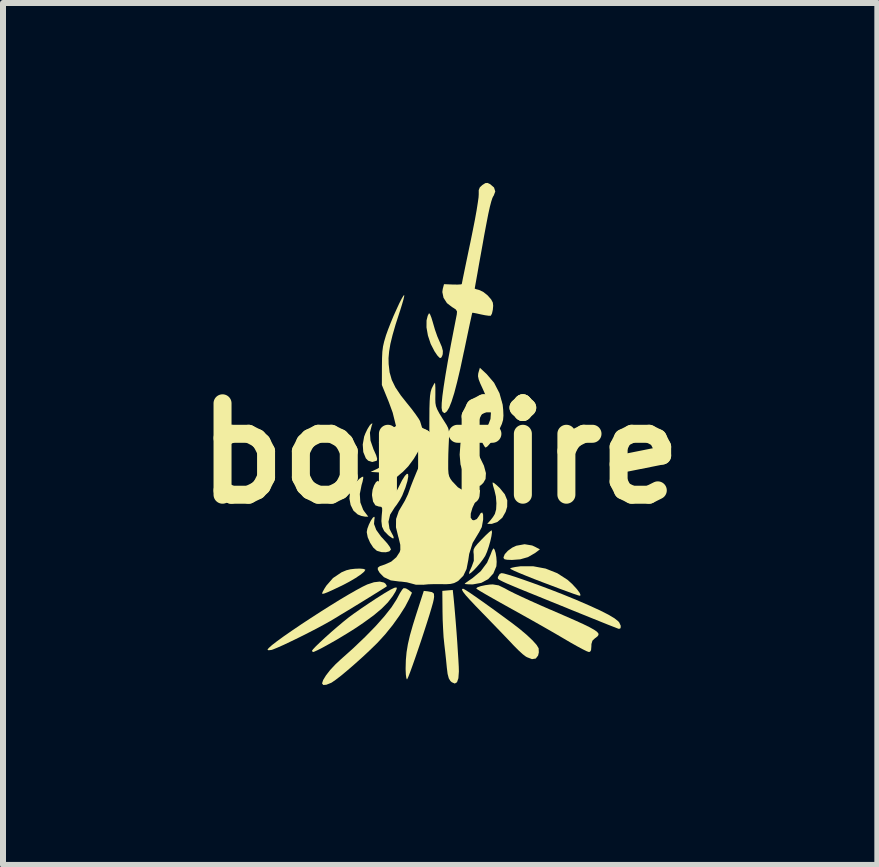
<source format=kicad_pcb>
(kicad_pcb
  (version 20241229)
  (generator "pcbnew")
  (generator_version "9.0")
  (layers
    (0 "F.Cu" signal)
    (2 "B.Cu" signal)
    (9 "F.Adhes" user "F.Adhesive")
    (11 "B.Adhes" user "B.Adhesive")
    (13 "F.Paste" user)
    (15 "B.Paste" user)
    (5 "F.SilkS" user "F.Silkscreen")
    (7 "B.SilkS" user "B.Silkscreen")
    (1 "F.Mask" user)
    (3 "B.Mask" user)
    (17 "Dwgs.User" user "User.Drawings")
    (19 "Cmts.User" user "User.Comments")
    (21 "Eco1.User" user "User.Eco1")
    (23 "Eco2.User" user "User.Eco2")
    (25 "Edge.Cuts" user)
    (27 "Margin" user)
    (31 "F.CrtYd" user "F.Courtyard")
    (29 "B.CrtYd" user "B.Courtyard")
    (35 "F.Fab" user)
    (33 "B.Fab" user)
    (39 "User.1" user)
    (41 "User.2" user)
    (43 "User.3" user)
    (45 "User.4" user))
  (footprint "bonfire"
    (layer "F.Cu")
    (at 4.289 4.509)
    (property "Reference" "bonfire" (at 0 0 0) (layer "F.SilkS") (effects (font (size 1.524 1.524) (thickness 0.3))))
    (attr board_only exclude_from_pos_files exclude_from_bom)
    (fp_poly (pts (xy 1.534 1.536) (xy 1.582 1.558) (xy 1.663 1.601) (xy 1.582 1.662) (xy 1.464 1.73) (xy 1.334 1.767) (xy 1.197 1.777) (xy 1.117 1.774) (xy 1.074 1.766) (xy 1.058 1.747) (xy 1.056 1.733) (xy 1.077 1.681) (xy 1.129 1.624) (xy 1.201 1.572) (xy 1.27 1.54) (xy 1.408 1.515)) (stroke (width 0) (type solid)) (fill yes) (layer "F.SilkS"))
    (fp_poly (pts (xy -1.283 0.418) (xy -1.295 0.476) (xy -1.31 0.526) (xy -1.34 0.677) (xy -1.331 0.818) (xy -1.284 0.94) (xy -1.263 0.971) (xy -1.198 1.056) (xy -1.253 1.055) (xy -1.315 1.043) (xy -1.374 1.019) (xy -1.446 0.955) (xy -1.493 0.861) (xy -1.513 0.753) (xy -1.502 0.643) (xy -1.479 0.581) (xy -1.444 0.528) (xy -1.396 0.472) (xy -1.346 0.423) (xy -1.304 0.393) (xy -1.283 0.389)) (stroke (width 0) (type solid)) (fill yes) (layer "F.SilkS"))
    (fp_poly (pts (xy -1.133 -0.484) (xy -1.14 -0.468) (xy -1.171 -0.346) (xy -1.162 -0.214) (xy -1.111 -0.066) (xy -1.106 -0.056) (xy -1.067 0.032) (xy -1.051 0.087) (xy -1.054 0.116) (xy -1.062 0.124) (xy -1.133 0.144) (xy -1.201 0.122) (xy -1.239 0.083) (xy -1.282 -0.022) (xy -1.291 -0.147) (xy -1.268 -0.278) (xy -1.248 -0.331) (xy -1.212 -0.406) (xy -1.176 -0.464) (xy -1.157 -0.485) (xy -1.131 -0.503)) (stroke (width 0) (type solid)) (fill yes) (layer "F.SilkS"))
    (fp_poly (pts (xy -0.168 -2.317) (xy -0.146 -2.262) (xy -0.122 -2.184) (xy -0.119 -2.173) (xy -0.087 -2.063) (xy -0.047 -1.949) (xy -0.014 -1.873) (xy 0.027 -1.777) (xy 0.045 -1.709) (xy 0.043 -1.654) (xy 0.033 -1.622) (xy 0.014 -1.591) (xy -0.01 -1.593) (xy -0.047 -1.632) (xy -0.094 -1.701) (xy -0.158 -1.825) (xy -0.204 -1.964) (xy -0.228 -2.1) (xy -0.227 -2.217) (xy -0.224 -2.229) (xy -0.208 -2.293) (xy -0.189 -2.331) (xy -0.183 -2.336)) (stroke (width 0) (type solid)) (fill yes) (layer "F.SilkS"))
    (fp_poly (pts (xy 0.897 0.494) (xy 0.942 0.53) (xy 0.994 0.579) (xy 1.078 0.683) (xy 1.119 0.784) (xy 1.117 0.892) (xy 1.092 0.975) (xy 1.036 1.073) (xy 0.955 1.143) (xy 0.863 1.175) (xy 0.842 1.176) (xy 0.784 1.176) (xy 0.833 1.122) (xy 0.881 1.061) (xy 0.912 1.01) (xy 0.933 0.935) (xy 0.938 0.831) (xy 0.929 0.718) (xy 0.904 0.611) (xy 0.9 0.6) (xy 0.881 0.536) (xy 0.874 0.493) (xy 0.876 0.485)) (stroke (width 0) (type solid)) (fill yes) (layer "F.SilkS"))
    (fp_poly (pts (xy 0.908 1.606) (xy 0.925 1.661) (xy 0.937 1.733) (xy 0.942 1.809) (xy 0.938 1.874) (xy 0.937 1.883) (xy 0.887 2.003) (xy 0.801 2.097) (xy 0.686 2.159) (xy 0.549 2.184) (xy 0.531 2.185) (xy 0.462 2.183) (xy 0.417 2.179) (xy 0.408 2.176) (xy 0.426 2.159) (xy 0.475 2.124) (xy 0.538 2.081) (xy 0.676 1.965) (xy 0.782 1.823) (xy 0.841 1.686) (xy 0.864 1.625) (xy 0.884 1.589) (xy 0.89 1.584)) (stroke (width 0) (type solid)) (fill yes) (layer "F.SilkS"))
    (fp_poly (pts (xy -1.281 1.926) (xy -1.25 1.938) (xy -1.248 1.943) (xy -1.269 1.975) (xy -1.326 2.022) (xy -1.411 2.079) (xy -1.517 2.141) (xy -1.637 2.204) (xy -1.669 2.219) (xy -1.789 2.276) (xy -1.873 2.314) (xy -1.927 2.335) (xy -1.956 2.342) (xy -1.968 2.337) (xy -1.969 2.332) (xy -1.956 2.303) (xy -1.925 2.248) (xy -1.896 2.204) (xy -1.786 2.078) (xy -1.644 1.983) (xy -1.563 1.949) (xy -1.497 1.933) (xy -1.419 1.924) (xy -1.342 1.921)) (stroke (width 0) (type solid)) (fill yes) (layer "F.SilkS"))
    (fp_poly (pts (xy 1.758 1.921) (xy 1.952 1.998) (xy 2.123 2.108) (xy 2.2 2.177) (xy 2.281 2.265) (xy 2.328 2.329) (xy 2.341 2.366) (xy 2.324 2.374) (xy 2.293 2.365) (xy 2.225 2.342) (xy 2.124 2.305) (xy 1.998 2.259) (xy 1.853 2.204) (xy 1.723 2.155) (xy 1.569 2.096) (xy 1.432 2.041) (xy 1.317 1.994) (xy 1.23 1.956) (xy 1.178 1.93) (xy 1.165 1.92) (xy 1.193 1.907) (xy 1.256 1.894) (xy 1.337 1.883) (xy 1.549 1.882)) (stroke (width 0) (type solid)) (fill yes) (layer "F.SilkS"))
    (fp_poly (pts (xy -1.091 1.074) (xy -1.096 1.093) (xy -1.103 1.177) (xy -1.066 1.276) (xy -0.986 1.387) (xy -0.946 1.43) (xy -0.882 1.501) (xy -0.838 1.562) (xy -0.821 1.601) (xy -0.821 1.605) (xy -0.849 1.635) (xy -0.906 1.649) (xy -0.977 1.647) (xy -1.047 1.627) (xy -1.06 1.621) (xy -1.116 1.57) (xy -1.168 1.49) (xy -1.208 1.399) (xy -1.224 1.315) (xy -1.224 1.31) (xy -1.214 1.256) (xy -1.189 1.189) (xy -1.157 1.123) (xy -1.124 1.074) (xy -1.101 1.056)) (stroke (width 0) (type solid)) (fill yes) (layer "F.SilkS"))
    (fp_poly (pts (xy -0.203 2.301) (xy -0.135 2.314) (xy -0.104 2.339) (xy -0.101 2.391) (xy -0.107 2.434) (xy -0.119 2.488) (xy -0.144 2.576) (xy -0.178 2.69) (xy -0.22 2.823) (xy -0.267 2.969) (xy -0.317 3.121) (xy -0.368 3.271) (xy -0.417 3.414) (xy -0.462 3.541) (xy -0.5 3.646) (xy -0.53 3.723) (xy -0.549 3.764) (xy -0.554 3.769) (xy -0.564 3.747) (xy -0.572 3.689) (xy -0.576 3.605) (xy -0.576 3.583) (xy -0.572 3.445) (xy -0.56 3.314) (xy -0.538 3.181) (xy -0.504 3.034) (xy -0.455 2.862) (xy -0.401 2.689) (xy -0.273 2.293)) (stroke (width 0) (type solid)) (fill yes) (layer "F.SilkS"))
    (fp_poly (pts (xy 0.864 1.316) (xy 0.855 1.381) (xy 0.836 1.465) (xy 0.81 1.557) (xy 0.781 1.642) (xy 0.752 1.708) (xy 0.715 1.765) (xy 0.665 1.831) (xy 0.61 1.896) (xy 0.556 1.953) (xy 0.512 1.993) (xy 0.485 2.009) (xy 0.48 2.003) (xy 0.49 1.968) (xy 0.516 1.91) (xy 0.527 1.886) (xy 0.561 1.792) (xy 0.56 1.692) (xy 0.56 1.69) (xy 0.555 1.64) (xy 0.559 1.6) (xy 0.58 1.561) (xy 0.621 1.51) (xy 0.69 1.437) (xy 0.697 1.43) (xy 0.764 1.362) (xy 0.819 1.311) (xy 0.853 1.285) (xy 0.859 1.284)) (stroke (width 0) (type solid)) (fill yes) (layer "F.SilkS"))
    (fp_poly (pts (xy 0.225 2.418) (xy 0.235 2.525) (xy 0.247 2.661) (xy 0.26 2.817) (xy 0.273 2.983) (xy 0.285 3.149) (xy 0.295 3.307) (xy 0.304 3.446) (xy 0.31 3.558) (xy 0.312 3.632) (xy 0.312 3.638) (xy 0.304 3.749) (xy 0.281 3.816) (xy 0.244 3.838) (xy 0.193 3.816) (xy 0.171 3.796) (xy 0.144 3.752) (xy 0.124 3.677) (xy 0.11 3.564) (xy 0.11 3.562) (xy 0.098 3.44) (xy 0.083 3.301) (xy 0.068 3.173) (xy 0.068 3.169) (xy 0.057 3.065) (xy 0.049 2.929) (xy 0.042 2.78) (xy 0.039 2.635) (xy 0.039 2.629) (xy 0.036 2.293) (xy 0.123 2.285) (xy 0.21 2.278)) (stroke (width 0) (type solid)) (fill yes) (layer "F.SilkS"))
    (fp_poly (pts (xy 0.574 -0.745) (xy 0.564 -0.698) (xy 0.54 -0.614) (xy 0.514 -0.488) (xy 0.507 -0.355) (xy 0.52 -0.234) (xy 0.536 -0.18) (xy 0.562 -0.124) (xy 0.603 -0.043) (xy 0.652 0.047) (xy 0.657 0.056) (xy 0.73 0.206) (xy 0.763 0.329) (xy 0.757 0.427) (xy 0.719 0.493) (xy 0.673 0.536) (xy 0.633 0.548) (xy 0.583 0.53) (xy 0.524 0.493) (xy 0.456 0.43) (xy 0.395 0.345) (xy 0.381 0.319) (xy 0.339 0.185) (xy 0.325 0.022) (xy 0.338 -0.161) (xy 0.378 -0.355) (xy 0.444 -0.552) (xy 0.467 -0.606) (xy 0.502 -0.68) (xy 0.534 -0.735) (xy 0.551 -0.755) (xy 0.569 -0.762)) (stroke (width 0) (type solid)) (fill yes) (layer "F.SilkS"))
    (fp_poly (pts (xy 0.775 -1.322) (xy 0.899 -1.177) (xy 0.989 -1.003) (xy 1.042 -0.812) (xy 1.051 -0.726) (xy 1.055 -0.629) (xy 1.049 -0.558) (xy 1.029 -0.491) (xy 0.991 -0.408) (xy 0.988 -0.402) (xy 0.941 -0.319) (xy 0.887 -0.237) (xy 0.833 -0.166) (xy 0.787 -0.115) (xy 0.757 -0.096) (xy 0.739 -0.115) (xy 0.712 -0.161) (xy 0.709 -0.167) (xy 0.678 -0.243) (xy 0.681 -0.305) (xy 0.719 -0.37) (xy 0.743 -0.398) (xy 0.805 -0.484) (xy 0.839 -0.573) (xy 0.846 -0.673) (xy 0.824 -0.79) (xy 0.773 -0.933) (xy 0.716 -1.062) (xy 0.669 -1.164) (xy 0.642 -1.234) (xy 0.631 -1.286) (xy 0.634 -1.328) (xy 0.639 -1.349) (xy 0.662 -1.427)) (stroke (width 0) (type solid)) (fill yes) (layer "F.SilkS"))
    (fp_poly (pts (xy -0.723 2.256) (xy -0.744 2.304) (xy -0.789 2.377) (xy -0.794 2.384) (xy -0.872 2.485) (xy -0.974 2.588) (xy -1.106 2.699) (xy -1.274 2.821) (xy -1.397 2.905) (xy -1.501 2.971) (xy -1.617 3.042) (xy -1.737 3.114) (xy -1.854 3.18) (xy -1.959 3.238) (xy -2.045 3.282) (xy -2.103 3.308) (xy -2.122 3.313) (xy -2.136 3.295) (xy -2.137 3.291) (xy -2.119 3.266) (xy -2.072 3.216) (xy -2.001 3.148) (xy -1.914 3.067) (xy -1.816 2.979) (xy -1.715 2.892) (xy -1.618 2.81) (xy -1.531 2.74) (xy -1.522 2.733) (xy -1.435 2.669) (xy -1.321 2.589) (xy -1.195 2.504) (xy -1.071 2.422) (xy -1.063 2.417) (xy -0.927 2.331) (xy -0.827 2.272) (xy -0.762 2.241) (xy -0.728 2.235)) (stroke (width 0) (type solid)) (fill yes) (layer "F.SilkS"))
    (fp_poly (pts (xy 0.411 2.271) (xy 0.473 2.31) (xy 0.564 2.372) (xy 0.68 2.453) (xy 0.816 2.55) (xy 0.968 2.66) (xy 1.131 2.78) (xy 1.186 2.82) (xy 1.325 2.927) (xy 1.445 3.028) (xy 1.541 3.119) (xy 1.608 3.194) (xy 1.641 3.248) (xy 1.642 3.251) (xy 1.645 3.319) (xy 1.633 3.371) (xy 1.594 3.421) (xy 1.531 3.431) (xy 1.448 3.399) (xy 1.428 3.388) (xy 1.378 3.35) (xy 1.309 3.287) (xy 1.234 3.212) (xy 1.213 3.19) (xy 1.152 3.125) (xy 1.064 3.033) (xy 0.959 2.924) (xy 0.844 2.805) (xy 0.727 2.684) (xy 0.715 2.672) (xy 0.587 2.54) (xy 0.491 2.438) (xy 0.424 2.363) (xy 0.383 2.31) (xy 0.365 2.277) (xy 0.367 2.261) (xy 0.384 2.257)) (stroke (width 0) (type solid)) (fill yes) (layer "F.SilkS"))
    (fp_poly (pts (xy -0.57 2.252) (xy -0.524 2.279) (xy -0.47 2.323) (xy -0.517 2.428) (xy -0.585 2.558) (xy -0.681 2.708) (xy -0.794 2.866) (xy -0.917 3.018) (xy -1.041 3.154) (xy -1.056 3.169) (xy -1.17 3.28) (xy -1.293 3.395) (xy -1.419 3.508) (xy -1.54 3.613) (xy -1.649 3.704) (xy -1.74 3.774) (xy -1.805 3.819) (xy -1.817 3.826) (xy -1.897 3.858) (xy -1.949 3.862) (xy -1.969 3.836) (xy -1.969 3.834) (xy -1.951 3.779) (xy -1.904 3.702) (xy -1.834 3.612) (xy -1.747 3.519) (xy -1.667 3.444) (xy -1.449 3.249) (xy -1.251 3.06) (xy -1.076 2.881) (xy -0.928 2.714) (xy -0.811 2.566) (xy -0.729 2.439) (xy -0.712 2.408) (xy -0.671 2.331) (xy -0.634 2.273) (xy -0.609 2.247) (xy -0.609 2.247)) (stroke (width 0) (type solid)) (fill yes) (layer "F.SilkS"))
    (fp_poly (pts (xy -0.937 2.154) (xy -0.912 2.173) (xy -0.891 2.206) (xy -0.891 2.218) (xy -0.918 2.236) (xy -0.98 2.275) (xy -1.068 2.33) (xy -1.176 2.397) (xy -1.296 2.471) (xy -1.422 2.548) (xy -1.545 2.623) (xy -1.66 2.692) (xy -1.758 2.752) (xy -1.832 2.796) (xy -1.938 2.855) (xy -2.064 2.923) (xy -2.202 2.994) (xy -2.345 3.066) (xy -2.483 3.133) (xy -2.609 3.193) (xy -2.713 3.239) (xy -2.789 3.27) (xy -2.815 3.278) (xy -2.862 3.283) (xy -2.88 3.274) (xy -2.859 3.246) (xy -2.803 3.196) (xy -2.716 3.129) (xy -2.603 3.047) (xy -2.47 2.955) (xy -2.321 2.854) (xy -2.163 2.75) (xy -1.999 2.644) (xy -1.836 2.541) (xy -1.679 2.444) (xy -1.533 2.357) (xy -1.402 2.282) (xy -1.293 2.223) (xy -1.216 2.186) (xy -1.104 2.149) (xy -1.008 2.138)) (stroke (width 0) (type solid)) (fill yes) (layer "F.SilkS"))
    (fp_poly (pts (xy 1.063 2.003) (xy 1.141 2.025) (xy 1.25 2.059) (xy 1.384 2.105) (xy 1.537 2.159) (xy 1.701 2.219) (xy 1.87 2.283) (xy 2.037 2.348) (xy 2.196 2.413) (xy 2.256 2.437) (xy 2.482 2.535) (xy 2.664 2.618) (xy 2.804 2.689) (xy 2.905 2.749) (xy 2.967 2.798) (xy 2.986 2.82) (xy 3.011 2.875) (xy 3.008 2.915) (xy 2.982 2.927) (xy 2.956 2.918) (xy 2.892 2.893) (xy 2.792 2.854) (xy 2.663 2.802) (xy 2.509 2.74) (xy 2.336 2.67) (xy 2.148 2.594) (xy 2.113 2.579) (xy 1.856 2.475) (xy 1.64 2.387) (xy 1.462 2.315) (xy 1.317 2.256) (xy 1.203 2.208) (xy 1.116 2.171) (xy 1.052 2.142) (xy 1.008 2.12) (xy 0.981 2.104) (xy 0.966 2.092) (xy 0.961 2.081) (xy 0.961 2.072) (xy 0.964 2.061) (xy 0.965 2.055) (xy 0.993 2.01) (xy 1.023 1.997)) (stroke (width 0) (type solid)) (fill yes) (layer "F.SilkS"))
    (fp_poly (pts (xy -0.535 0.345) (xy -0.532 0.387) (xy -0.546 0.462) (xy -0.579 0.569) (xy -0.632 0.703) (xy -0.67 0.775) (xy -0.725 0.858) (xy -0.758 0.901) (xy -0.834 1.021) (xy -0.862 1.141) (xy -0.845 1.256) (xy -0.819 1.309) (xy -0.781 1.381) (xy -0.773 1.416) (xy -0.797 1.415) (xy -0.851 1.377) (xy -0.868 1.362) (xy -0.934 1.295) (xy -0.969 1.222) (xy -0.98 1.129) (xy -0.975 1.04) (xy -0.967 0.958) (xy -0.968 0.913) (xy -0.98 0.893) (xy -1.007 0.888) (xy -1.019 0.888) (xy -1.08 0.867) (xy -1.119 0.804) (xy -1.136 0.704) (xy -1.136 0.68) (xy -1.127 0.606) (xy -1.102 0.534) (xy -1.07 0.479) (xy -1.037 0.456) (xy -1.036 0.456) (xy -1.017 0.477) (xy -0.995 0.529) (xy -0.987 0.551) (xy -0.956 0.622) (xy -0.915 0.676) (xy -0.906 0.683) (xy -0.846 0.716) (xy -0.798 0.715) (xy -0.755 0.676) (xy -0.709 0.596) (xy -0.696 0.57) (xy -0.636 0.45) (xy -0.588 0.375) (xy -0.554 0.34)) (stroke (width 0) (type solid)) (fill yes) (layer "F.SilkS"))
    (fp_poly (pts (xy 0.975 2.201) (xy 1.082 2.253) (xy 1.094 2.26) (xy 1.147 2.289) (xy 1.237 2.334) (xy 1.358 2.391) (xy 1.501 2.457) (xy 1.662 2.529) (xy 1.831 2.603) (xy 1.849 2.61) (xy 2.067 2.705) (xy 2.245 2.783) (xy 2.386 2.847) (xy 2.492 2.899) (xy 2.567 2.941) (xy 2.614 2.974) (xy 2.638 3.002) (xy 2.64 3.026) (xy 2.625 3.049) (xy 2.596 3.073) (xy 2.581 3.083) (xy 2.539 3.123) (xy 2.522 3.18) (xy 2.521 3.218) (xy 2.516 3.281) (xy 2.499 3.308) (xy 2.479 3.312) (xy 2.445 3.3) (xy 2.378 3.267) (xy 2.285 3.217) (xy 2.173 3.154) (xy 2.064 3.09) (xy 1.931 3.012) (xy 1.769 2.919) (xy 1.588 2.816) (xy 1.401 2.711) (xy 1.22 2.61) (xy 1.146 2.569) (xy 0.999 2.487) (xy 0.868 2.413) (xy 0.756 2.349) (xy 0.671 2.299) (xy 0.617 2.265) (xy 0.601 2.252) (xy 0.622 2.233) (xy 0.677 2.214) (xy 0.751 2.198) (xy 0.831 2.187) (xy 0.878 2.185)) (stroke (width 0) (type solid)) (fill yes) (layer "F.SilkS"))
    (fp_poly (pts (xy -0.6 -2.62) (xy -0.613 -2.562) (xy -0.638 -2.476) (xy -0.671 -2.37) (xy -0.674 -2.362) (xy -0.743 -2.149) (xy -0.794 -1.972) (xy -0.83 -1.825) (xy -0.851 -1.699) (xy -0.861 -1.588) (xy -0.859 -1.489) (xy -0.843 -1.351) (xy -0.807 -1.225) (xy -0.746 -1.1) (xy -0.656 -0.966) (xy -0.556 -0.84) (xy -0.48 -0.746) (xy -0.411 -0.654) (xy -0.358 -0.577) (xy -0.336 -0.539) (xy -0.293 -0.4) (xy -0.291 -0.251) (xy -0.329 -0.105) (xy -0.351 -0.058) (xy -0.438 0.089) (xy -0.531 0.215) (xy -0.622 0.309) (xy -0.659 0.339) (xy -0.725 0.396) (xy -0.779 0.463) (xy -0.785 0.474) (xy -0.817 0.525) (xy -0.841 0.551) (xy -0.844 0.552) (xy -0.86 0.531) (xy -0.881 0.478) (xy -0.894 0.438) (xy -0.926 0.324) (xy -1.16 0.309) (xy -1.042 0.254) (xy -0.904 0.167) (xy -0.804 0.052) (xy -0.743 -0.091) (xy -0.721 -0.261) (xy -0.737 -0.458) (xy -0.792 -0.68) (xy -0.856 -0.855) (xy -0.972 -1.14) (xy -0.971 -1.452) (xy -0.969 -1.591) (xy -0.964 -1.695) (xy -0.953 -1.781) (xy -0.935 -1.861) (xy -0.908 -1.952) (xy -0.903 -1.969) (xy -0.868 -2.066) (xy -0.825 -2.176) (xy -0.777 -2.292) (xy -0.727 -2.403) (xy -0.681 -2.503) (xy -0.641 -2.581) (xy -0.612 -2.629) (xy -0.599 -2.641)) (stroke (width 0) (type solid)) (fill yes) (layer "F.SilkS"))
    (fp_poly (pts (xy 0.833 -4.489) (xy 0.898 -4.433) (xy 0.919 -4.367) (xy 0.893 -4.297) (xy 0.887 -4.29) (xy 0.871 -4.258) (xy 0.852 -4.2) (xy 0.829 -4.112) (xy 0.802 -3.99) (xy 0.771 -3.83) (xy 0.733 -3.629) (xy 0.709 -3.492) (xy 0.676 -3.31) (xy 0.646 -3.144) (xy 0.621 -3) (xy 0.6 -2.883) (xy 0.585 -2.799) (xy 0.577 -2.753) (xy 0.576 -2.747) (xy 0.597 -2.738) (xy 0.646 -2.725) (xy 0.647 -2.725) (xy 0.715 -2.694) (xy 0.789 -2.636) (xy 0.85 -2.567) (xy 0.878 -2.514) (xy 0.884 -2.461) (xy 0.878 -2.394) (xy 0.864 -2.332) (xy 0.845 -2.296) (xy 0.844 -2.295) (xy 0.812 -2.294) (xy 0.748 -2.303) (xy 0.683 -2.316) (xy 0.607 -2.333) (xy 0.554 -2.343) (xy 0.535 -2.344) (xy 0.529 -2.32) (xy 0.515 -2.255) (xy 0.493 -2.155) (xy 0.466 -2.027) (xy 0.434 -1.875) (xy 0.399 -1.707) (xy 0.395 -1.691) (xy 0.337 -1.418) (xy 0.283 -1.19) (xy 0.235 -1.006) (xy 0.19 -0.864) (xy 0.15 -0.763) (xy 0.112 -0.7) (xy 0.077 -0.673) (xy 0.068 -0.672) (xy 0.042 -0.691) (xy 0.032 -0.711) (xy 0.024 -0.758) (xy 0.026 -0.839) (xy 0.037 -0.955) (xy 0.058 -1.109) (xy 0.088 -1.302) (xy 0.128 -1.536) (xy 0.179 -1.813) (xy 0.241 -2.133) (xy 0.277 -2.317) (xy 0.281 -2.365) (xy 0.262 -2.398) (xy 0.211 -2.432) (xy 0.201 -2.437) (xy 0.113 -2.505) (xy 0.056 -2.594) (xy 0.036 -2.69) (xy 0.043 -2.741) (xy 0.064 -2.821) (xy 0.212 -2.815) (xy 0.289 -2.814) (xy 0.343 -2.817) (xy 0.36 -2.822) (xy 0.365 -2.847) (xy 0.378 -2.914) (xy 0.399 -3.016) (xy 0.426 -3.147) (xy 0.458 -3.301) (xy 0.494 -3.473) (xy 0.505 -3.524) (xy 0.544 -3.717) (xy 0.579 -3.894) (xy 0.607 -4.049) (xy 0.627 -4.176) (xy 0.64 -4.268) (xy 0.643 -4.318) (xy 0.643 -4.389) (xy 0.661 -4.435) (xy 0.703 -4.474) (xy 0.753 -4.506) (xy 0.79 -4.509)) (stroke (width 0) (type solid)) (fill yes) (layer "F.SilkS"))
    (fp_poly (pts (xy -0.083 -1.154) (xy -0.08 -1.095) (xy -0.08 -1.011) (xy -0.08 -0.978) (xy -0.081 -0.9) (xy -0.079 -0.84) (xy -0.07 -0.788) (xy -0.05 -0.735) (xy -0.016 -0.67) (xy 0.037 -0.584) (xy 0.108 -0.472) (xy 0.134 -0.42) (xy 0.147 -0.362) (xy 0.148 -0.28) (xy 0.146 -0.228) (xy 0.141 -0.121) (xy 0.136 0.009) (xy 0.134 0.136) (xy 0.134 0.158) (xy 0.134 0.264) (xy 0.139 0.335) (xy 0.151 0.385) (xy 0.173 0.428) (xy 0.201 0.466) (xy 0.296 0.566) (xy 0.399 0.627) (xy 0.502 0.648) (xy 0.598 0.625) (xy 0.604 0.622) (xy 0.648 0.606) (xy 0.665 0.62) (xy 0.654 0.668) (xy 0.615 0.752) (xy 0.592 0.794) (xy 0.538 0.909) (xy 0.51 1.004) (xy 0.509 1.073) (xy 0.537 1.111) (xy 0.564 1.116) (xy 0.611 1.095) (xy 0.643 1.05) (xy 0.677 0.995) (xy 0.702 0.986) (xy 0.716 1.021) (xy 0.717 1.098) (xy 0.715 1.115) (xy 0.694 1.229) (xy 0.646 1.321) (xy 0.639 1.331) (xy 0.542 1.493) (xy 0.484 1.677) (xy 0.469 1.779) (xy 0.44 1.928) (xy 0.386 2.041) (xy 0.304 2.124) (xy 0.282 2.138) (xy 0.232 2.163) (xy 0.173 2.177) (xy 0.093 2.182) (xy 0.012 2.18) (xy -0.094 2.18) (xy -0.195 2.183) (xy -0.271 2.19) (xy -0.276 2.191) (xy -0.406 2.19) (xy -0.468 2.173) (xy -0.555 2.15) (xy -0.653 2.138) (xy -0.679 2.137) (xy -0.824 2.118) (xy -0.938 2.064) (xy -1.008 1.993) (xy -1.039 1.941) (xy -1.04 1.907) (xy -1.006 1.881) (xy -0.929 1.855) (xy -0.92 1.852) (xy -0.816 1.805) (xy -0.731 1.732) (xy -0.675 1.646) (xy -0.664 1.609) (xy -0.665 1.525) (xy -0.692 1.411) (xy -0.699 1.389) (xy -0.737 1.233) (xy -0.735 1.094) (xy -0.69 0.962) (xy -0.642 0.881) (xy -0.587 0.787) (xy -0.537 0.682) (xy -0.516 0.624) (xy -0.491 0.554) (xy -0.451 0.452) (xy -0.401 0.33) (xy -0.347 0.201) (xy -0.327 0.156) (xy -0.181 -0.18) (xy -0.18 -0.588) (xy -0.179 -0.749) (xy -0.175 -0.87) (xy -0.169 -0.959) (xy -0.159 -1.023) (xy -0.145 -1.072) (xy -0.139 -1.086) (xy -0.111 -1.142) (xy -0.091 -1.174) (xy -0.087 -1.176)) (stroke (width 0) (type solid)) (fill yes) (layer "F.SilkS")))
  (gr_rect
    (start -3 -3)
    (end 11.578 11.371)
    (stroke (width 0.1) (type default))
    (fill no)
    (layer "Edge.Cuts")))
</source>
